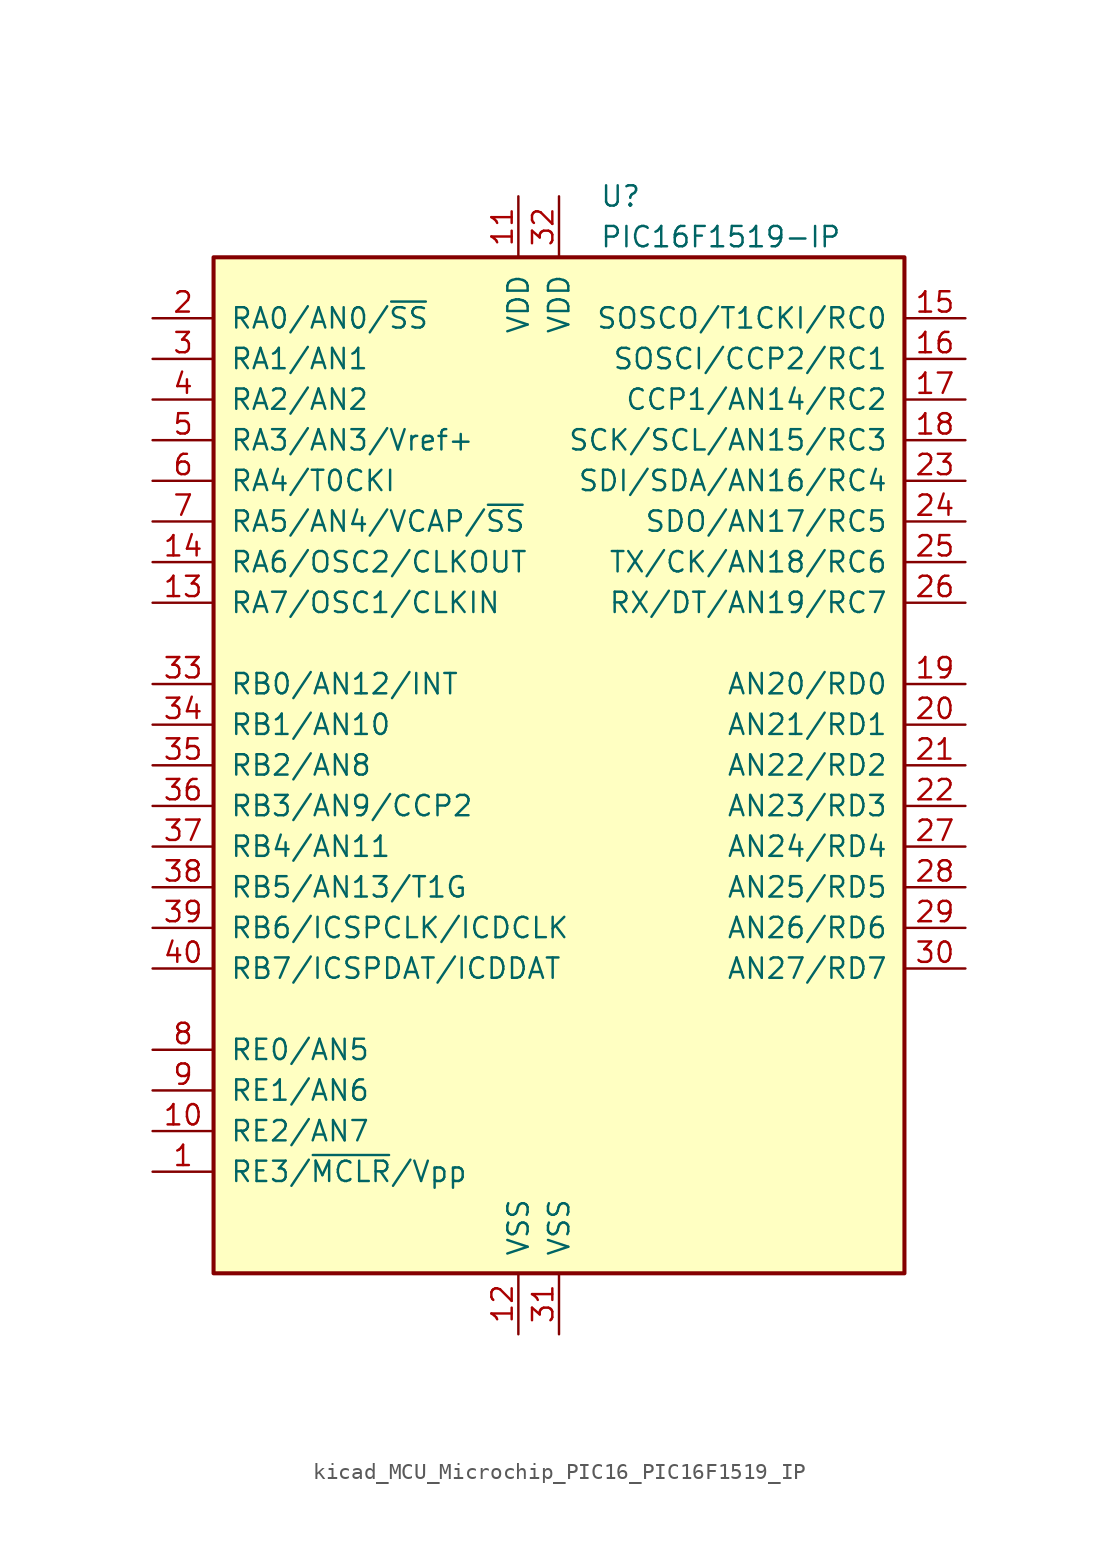
<source format=kicad_sym>
(kicad_symbol_lib
  (version 20220914)
  (generator kicad_symbol_editor)
  (symbol "kicad_MCU_Microchip_PIC16_PIC16F1519_IP"
    (pin_names
      (offset 1.016))
    (property "Reference" "U"
      (at 2.54 35.56 0)
      (effects (font (size 1.27 1.27)) (justify left)))
    (property "Value" "PIC16F1519-IP"
      (at 2.54 33.02 0)
      (effects (font (size 1.27 1.27)) (justify left)))
    (symbol "kicad_MCU_Microchip_PIC16_PIC16F1519_IP_0_1"
      (rectangle (start -21.59 31.75) (end 21.59 -31.75) (stroke (width 0.254) (type default)) (fill (type background))))
    (symbol "kicad_MCU_Microchip_PIC16_PIC16F1519_IP_1_1"
      (pin input line (at -25.4 -25.4 0) (length 3.81) (name "RE3/~{MCLR}/Vpp" (effects (font (size 1.27 1.27)))) (number "1" (effects (font (size 1.27 1.27)))))
      (pin bidirectional line (at -25.4 -22.86 0) (length 3.81) (name "RE2/AN7" (effects (font (size 1.27 1.27)))) (number "10" (effects (font (size 1.27 1.27)))))
      (pin power_in line (at -2.54 35.56 270) (length 3.81) (name "VDD" (effects (font (size 1.27 1.27)))) (number "11" (effects (font (size 1.27 1.27)))))
      (pin power_in line (at -2.54 -35.56 90) (length 3.81) (name "VSS" (effects (font (size 1.27 1.27)))) (number "12" (effects (font (size 1.27 1.27)))))
      (pin bidirectional line (at -25.4 10.16 0) (length 3.81) (name "RA7/OSC1/CLKIN" (effects (font (size 1.27 1.27)))) (number "13" (effects (font (size 1.27 1.27)))))
      (pin bidirectional line (at -25.4 12.7 0) (length 3.81) (name "RA6/OSC2/CLKOUT" (effects (font (size 1.27 1.27)))) (number "14" (effects (font (size 1.27 1.27)))))
      (pin bidirectional line (at 25.4 27.94 180) (length 3.81) (name "SOSCO/T1CKI/RC0" (effects (font (size 1.27 1.27)))) (number "15" (effects (font (size 1.27 1.27)))))
      (pin bidirectional line (at 25.4 25.4 180) (length 3.81) (name "SOSCI/CCP2/RC1" (effects (font (size 1.27 1.27)))) (number "16" (effects (font (size 1.27 1.27)))))
      (pin bidirectional line (at 25.4 22.86 180) (length 3.81) (name "CCP1/AN14/RC2" (effects (font (size 1.27 1.27)))) (number "17" (effects (font (size 1.27 1.27)))))
      (pin bidirectional line (at 25.4 20.32 180) (length 3.81) (name "SCK/SCL/AN15/RC3" (effects (font (size 1.27 1.27)))) (number "18" (effects (font (size 1.27 1.27)))))
      (pin bidirectional line (at 25.4 5.08 180) (length 3.81) (name "AN20/RD0" (effects (font (size 1.27 1.27)))) (number "19" (effects (font (size 1.27 1.27)))))
      (pin bidirectional line (at -25.4 27.94 0) (length 3.81) (name "RA0/AN0/~{SS}" (effects (font (size 1.27 1.27)))) (number "2" (effects (font (size 1.27 1.27)))))
      (pin bidirectional line (at 25.4 2.54 180) (length 3.81) (name "AN21/RD1" (effects (font (size 1.27 1.27)))) (number "20" (effects (font (size 1.27 1.27)))))
      (pin bidirectional line (at 25.4 0 180) (length 3.81) (name "AN22/RD2" (effects (font (size 1.27 1.27)))) (number "21" (effects (font (size 1.27 1.27)))))
      (pin bidirectional line (at 25.4 -2.54 180) (length 3.81) (name "AN23/RD3" (effects (font (size 1.27 1.27)))) (number "22" (effects (font (size 1.27 1.27)))))
      (pin bidirectional line (at 25.4 17.78 180) (length 3.81) (name "SDI/SDA/AN16/RC4" (effects (font (size 1.27 1.27)))) (number "23" (effects (font (size 1.27 1.27)))))
      (pin bidirectional line (at 25.4 15.24 180) (length 3.81) (name "SDO/AN17/RC5" (effects (font (size 1.27 1.27)))) (number "24" (effects (font (size 1.27 1.27)))))
      (pin bidirectional line (at 25.4 12.7 180) (length 3.81) (name "TX/CK/AN18/RC6" (effects (font (size 1.27 1.27)))) (number "25" (effects (font (size 1.27 1.27)))))
      (pin bidirectional line (at 25.4 10.16 180) (length 3.81) (name "RX/DT/AN19/RC7" (effects (font (size 1.27 1.27)))) (number "26" (effects (font (size 1.27 1.27)))))
      (pin bidirectional line (at 25.4 -5.08 180) (length 3.81) (name "AN24/RD4" (effects (font (size 1.27 1.27)))) (number "27" (effects (font (size 1.27 1.27)))))
      (pin bidirectional line (at 25.4 -7.62 180) (length 3.81) (name "AN25/RD5" (effects (font (size 1.27 1.27)))) (number "28" (effects (font (size 1.27 1.27)))))
      (pin bidirectional line (at 25.4 -10.16 180) (length 3.81) (name "AN26/RD6" (effects (font (size 1.27 1.27)))) (number "29" (effects (font (size 1.27 1.27)))))
      (pin bidirectional line (at -25.4 25.4 0) (length 3.81) (name "RA1/AN1" (effects (font (size 1.27 1.27)))) (number "3" (effects (font (size 1.27 1.27)))))
      (pin bidirectional line (at 25.4 -12.7 180) (length 3.81) (name "AN27/RD7" (effects (font (size 1.27 1.27)))) (number "30" (effects (font (size 1.27 1.27)))))
      (pin power_in line (at 0 -35.56 90) (length 3.81) (name "VSS" (effects (font (size 1.27 1.27)))) (number "31" (effects (font (size 1.27 1.27)))))
      (pin power_in line (at 0 35.56 270) (length 3.81) (name "VDD" (effects (font (size 1.27 1.27)))) (number "32" (effects (font (size 1.27 1.27)))))
      (pin bidirectional line (at -25.4 5.08 0) (length 3.81) (name "RB0/AN12/INT" (effects (font (size 1.27 1.27)))) (number "33" (effects (font (size 1.27 1.27)))))
      (pin bidirectional line (at -25.4 2.54 0) (length 3.81) (name "RB1/AN10" (effects (font (size 1.27 1.27)))) (number "34" (effects (font (size 1.27 1.27)))))
      (pin bidirectional line (at -25.4 0 0) (length 3.81) (name "RB2/AN8" (effects (font (size 1.27 1.27)))) (number "35" (effects (font (size 1.27 1.27)))))
      (pin bidirectional line (at -25.4 -2.54 0) (length 3.81) (name "RB3/AN9/CCP2" (effects (font (size 1.27 1.27)))) (number "36" (effects (font (size 1.27 1.27)))))
      (pin bidirectional line (at -25.4 -5.08 0) (length 3.81) (name "RB4/AN11" (effects (font (size 1.27 1.27)))) (number "37" (effects (font (size 1.27 1.27)))))
      (pin bidirectional line (at -25.4 -7.62 0) (length 3.81) (name "RB5/AN13/T1G" (effects (font (size 1.27 1.27)))) (number "38" (effects (font (size 1.27 1.27)))))
      (pin bidirectional line (at -25.4 -10.16 0) (length 3.81) (name "RB6/ICSPCLK/ICDCLK" (effects (font (size 1.27 1.27)))) (number "39" (effects (font (size 1.27 1.27)))))
      (pin bidirectional line (at -25.4 22.86 0) (length 3.81) (name "RA2/AN2" (effects (font (size 1.27 1.27)))) (number "4" (effects (font (size 1.27 1.27)))))
      (pin bidirectional line (at -25.4 -12.7 0) (length 3.81) (name "RB7/ICSPDAT/ICDDAT" (effects (font (size 1.27 1.27)))) (number "40" (effects (font (size 1.27 1.27)))))
      (pin bidirectional line (at -25.4 20.32 0) (length 3.81) (name "RA3/AN3/Vref+" (effects (font (size 1.27 1.27)))) (number "5" (effects (font (size 1.27 1.27)))))
      (pin bidirectional line (at -25.4 17.78 0) (length 3.81) (name "RA4/T0CKI" (effects (font (size 1.27 1.27)))) (number "6" (effects (font (size 1.27 1.27)))))
      (pin bidirectional line (at -25.4 15.24 0) (length 3.81) (name "RA5/AN4/VCAP/~{SS}" (effects (font (size 1.27 1.27)))) (number "7" (effects (font (size 1.27 1.27)))))
      (pin bidirectional line (at -25.4 -17.78 0) (length 3.81) (name "RE0/AN5" (effects (font (size 1.27 1.27)))) (number "8" (effects (font (size 1.27 1.27)))))
      (pin bidirectional line (at -25.4 -20.32 0) (length 3.81) (name "RE1/AN6" (effects (font (size 1.27 1.27)))) (number "9" (effects (font (size 1.27 1.27))))))))
</source>
